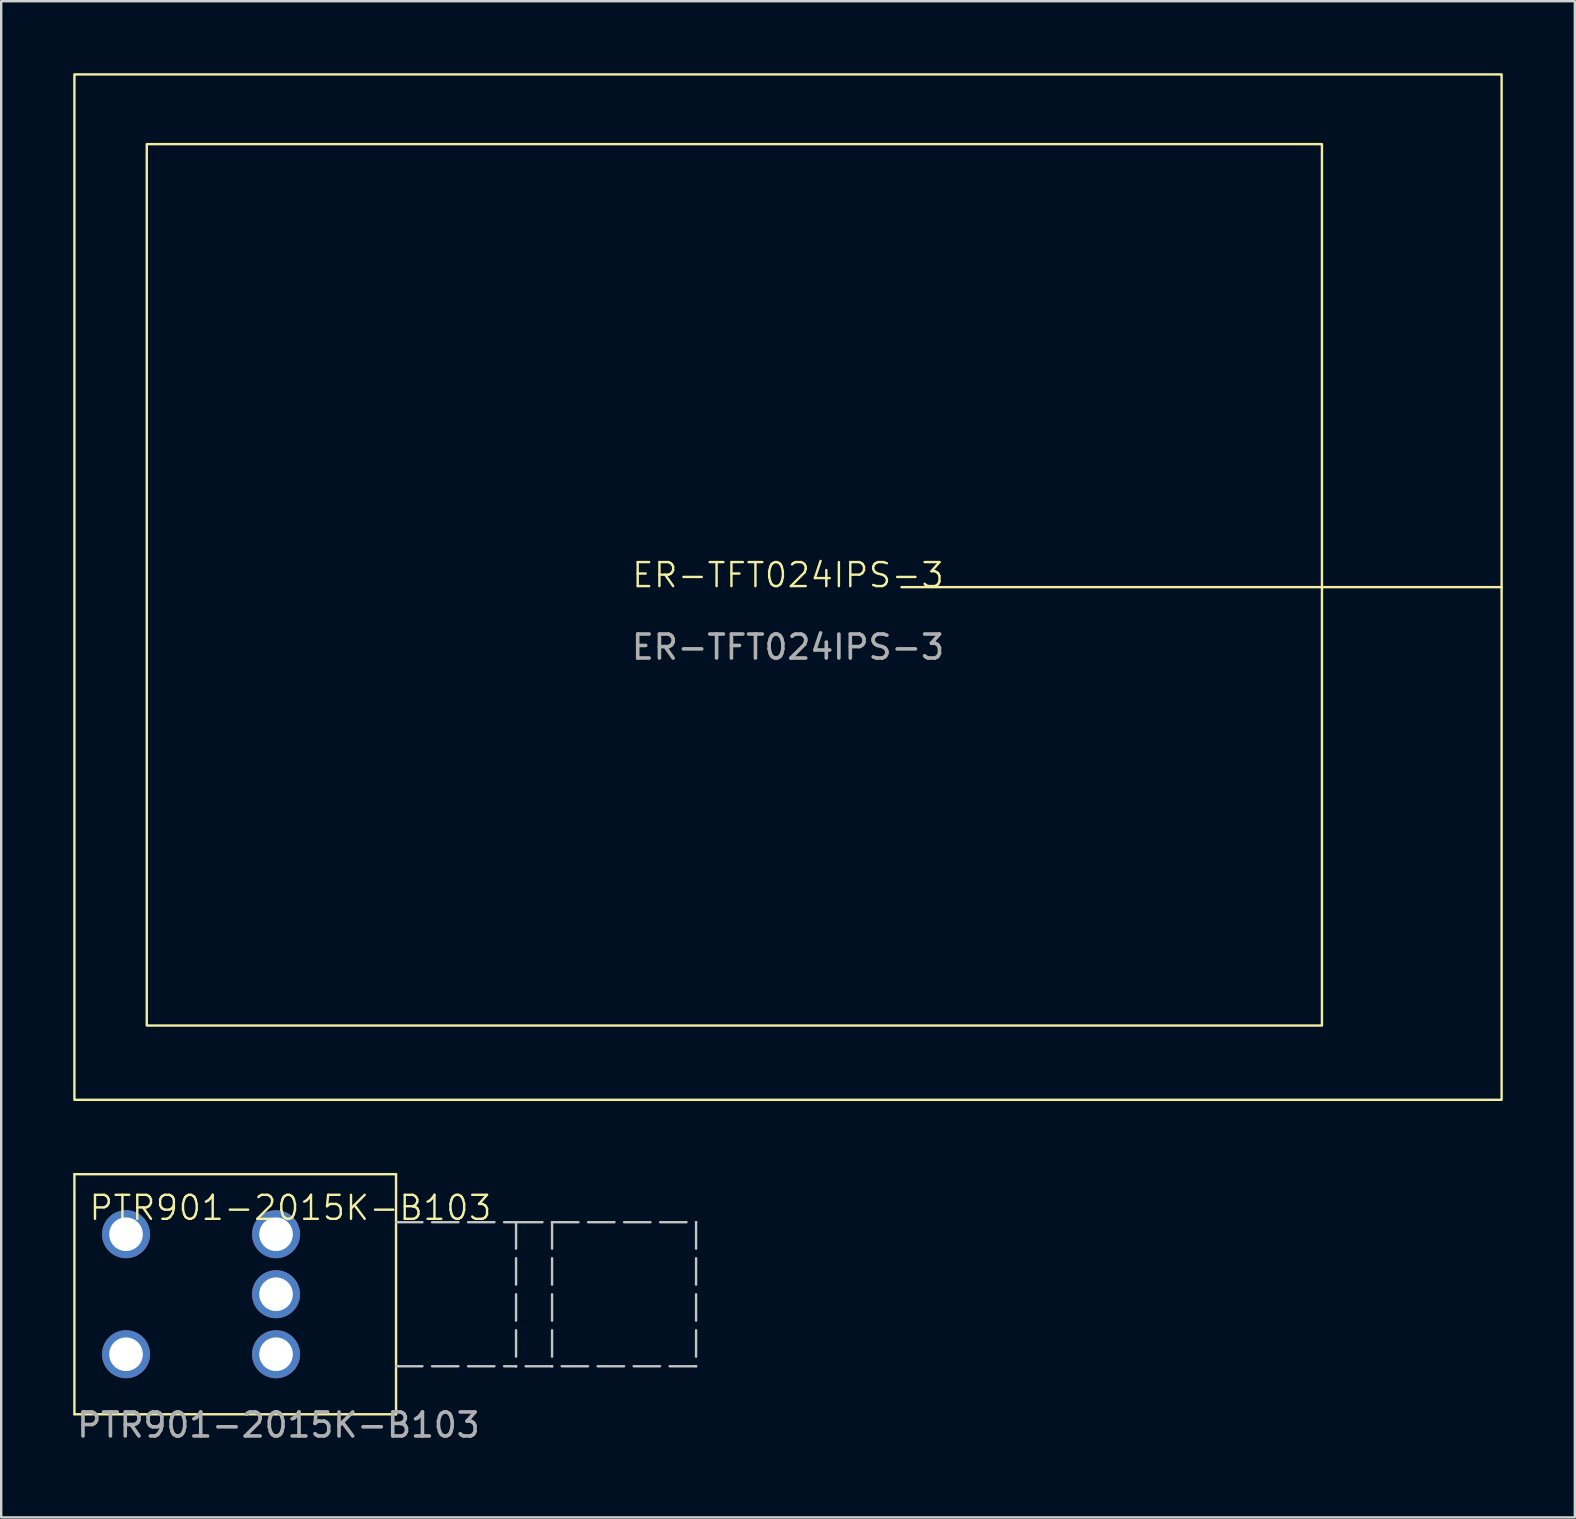
<source format=kicad_pcb>
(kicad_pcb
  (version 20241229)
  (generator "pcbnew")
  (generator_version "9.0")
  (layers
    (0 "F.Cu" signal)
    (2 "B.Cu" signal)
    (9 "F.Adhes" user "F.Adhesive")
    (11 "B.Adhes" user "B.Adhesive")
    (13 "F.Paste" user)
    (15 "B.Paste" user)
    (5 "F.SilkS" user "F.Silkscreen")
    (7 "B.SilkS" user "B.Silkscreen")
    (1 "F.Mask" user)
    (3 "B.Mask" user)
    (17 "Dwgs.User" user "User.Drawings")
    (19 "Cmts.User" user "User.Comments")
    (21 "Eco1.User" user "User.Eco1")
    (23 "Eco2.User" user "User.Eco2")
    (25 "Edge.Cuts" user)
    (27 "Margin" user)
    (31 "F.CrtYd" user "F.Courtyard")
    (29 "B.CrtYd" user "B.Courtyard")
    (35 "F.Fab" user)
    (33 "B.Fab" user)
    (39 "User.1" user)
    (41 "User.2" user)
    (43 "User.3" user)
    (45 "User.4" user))
  (footprint "ER-TFT024IPS-3"
    (layer "F.Cu")
    (at 29.78 21.41)
    (property "Reference" "ER-TFT024IPS-3" (at 0 -0.5 0) (unlocked yes) (layer "F.SilkS") (effects (font (size 1 1) (thickness 0.1))))
    (attr smd)
    (fp_line (start 29.73 0) (end 4.73 0) (stroke (width 0.1) (type solid)) (layer "F.SilkS"))
    (fp_rect (start -29.73 -21.36) (end 29.73 21.36) (stroke (width 0.1) (type solid)) (fill no) (layer "F.SilkS"))
    (fp_rect (start -26.715 -18.455) (end 22.245 18.265) (stroke (width 0.1) (type solid)) (fill no) (layer "F.SilkS"))
    (fp_text user "${REFERENCE}" (at 0 2.5 0) (unlocked yes) (layer "F.Fab") (effects (font (size 1 1) (thickness 0.15)))))
  (footprint "PTR901-2015K-B103"
    (layer "F.Cu")
    (at 8.45 50.87)
    (property "Reference" "PTR901-2015K-B103" (at 0.6 -3.6 0) (unlocked yes) (layer "F.SilkS") (effects (font (size 1 1) (thickness 0.1))))
    (attr smd)
    (fp_line (start -8.4 -5) (end 5 -5) (stroke (width 0.1) (type solid)) (layer "F.SilkS"))
    (fp_line (start -8.4 5) (end -8.4 -5) (stroke (width 0.1) (type default)) (layer "F.SilkS"))
    (fp_line (start -8.4 5) (end 5 5) (stroke (width 0.1) (type solid)) (layer "F.SilkS"))
    (fp_line (start 5 -5) (end 5 5) (stroke (width 0.1) (type solid)) (layer "F.SilkS"))
    (fp_line (start 5 -3) (end 10 -3) (stroke (width 0.1) (type dash)) (layer "Dwgs.User"))
    (fp_line (start 5 3) (end 10 3) (stroke (width 0.1) (type dash)) (layer "Dwgs.User"))
    (fp_line (start 10 -3) (end 10 3) (stroke (width 0.1) (type dash)) (layer "Dwgs.User"))
    (fp_line (start 10 -3) (end 11.5 -3) (stroke (width 0.1) (type dash)) (layer "Dwgs.User"))
    (fp_line (start 11.5 -3) (end 11.5 3) (stroke (width 0.1) (type dash)) (layer "Dwgs.User"))
    (fp_line (start 11.5 -3) (end 17.5 -3) (stroke (width 0.1) (type dash)) (layer "Dwgs.User"))
    (fp_line (start 11.5 3) (end 10 3) (stroke (width 0.1) (type dash)) (layer "Dwgs.User"))
    (fp_line (start 17.5 -3) (end 17.5 3) (stroke (width 0.1) (type dash)) (layer "Dwgs.User"))
    (fp_line (start 17.5 3) (end 11.5 3) (stroke (width 0.1) (type dash)) (layer "Dwgs.User"))
    (fp_text user "${REFERENCE}" (at 0.1 5.45 0) (unlocked yes) (layer "F.Fab") (effects (font (size 1 1) (thickness 0.15))))
    (pad "1" thru_hole circle (at 0 2.5) (size 2 2) (drill 1.4) (layers "*.Cu" "*.Mask"))
    (pad "2" thru_hole circle (at 0 0) (size 2 2) (drill 1.4) (layers "*.Cu" "*.Mask"))
    (pad "3" thru_hole circle (at 0 -2.5) (size 2 2) (drill 1.4) (layers "*.Cu" "*.Mask"))
    (pad "4" thru_hole circle (at -6.25 -2.5) (size 2 2) (drill 1.4) (layers "*.Cu" "*.Mask"))
    (pad "5" thru_hole circle (at -6.25 2.5) (size 2 2) (drill 1.4) (layers "*.Cu" "*.Mask")))
  (gr_rect
    (start -3 -3)
    (end 62.56 60.168)
    (stroke (width 0.1) (type default))
    (fill no)
    (layer "Edge.Cuts")))
</source>
